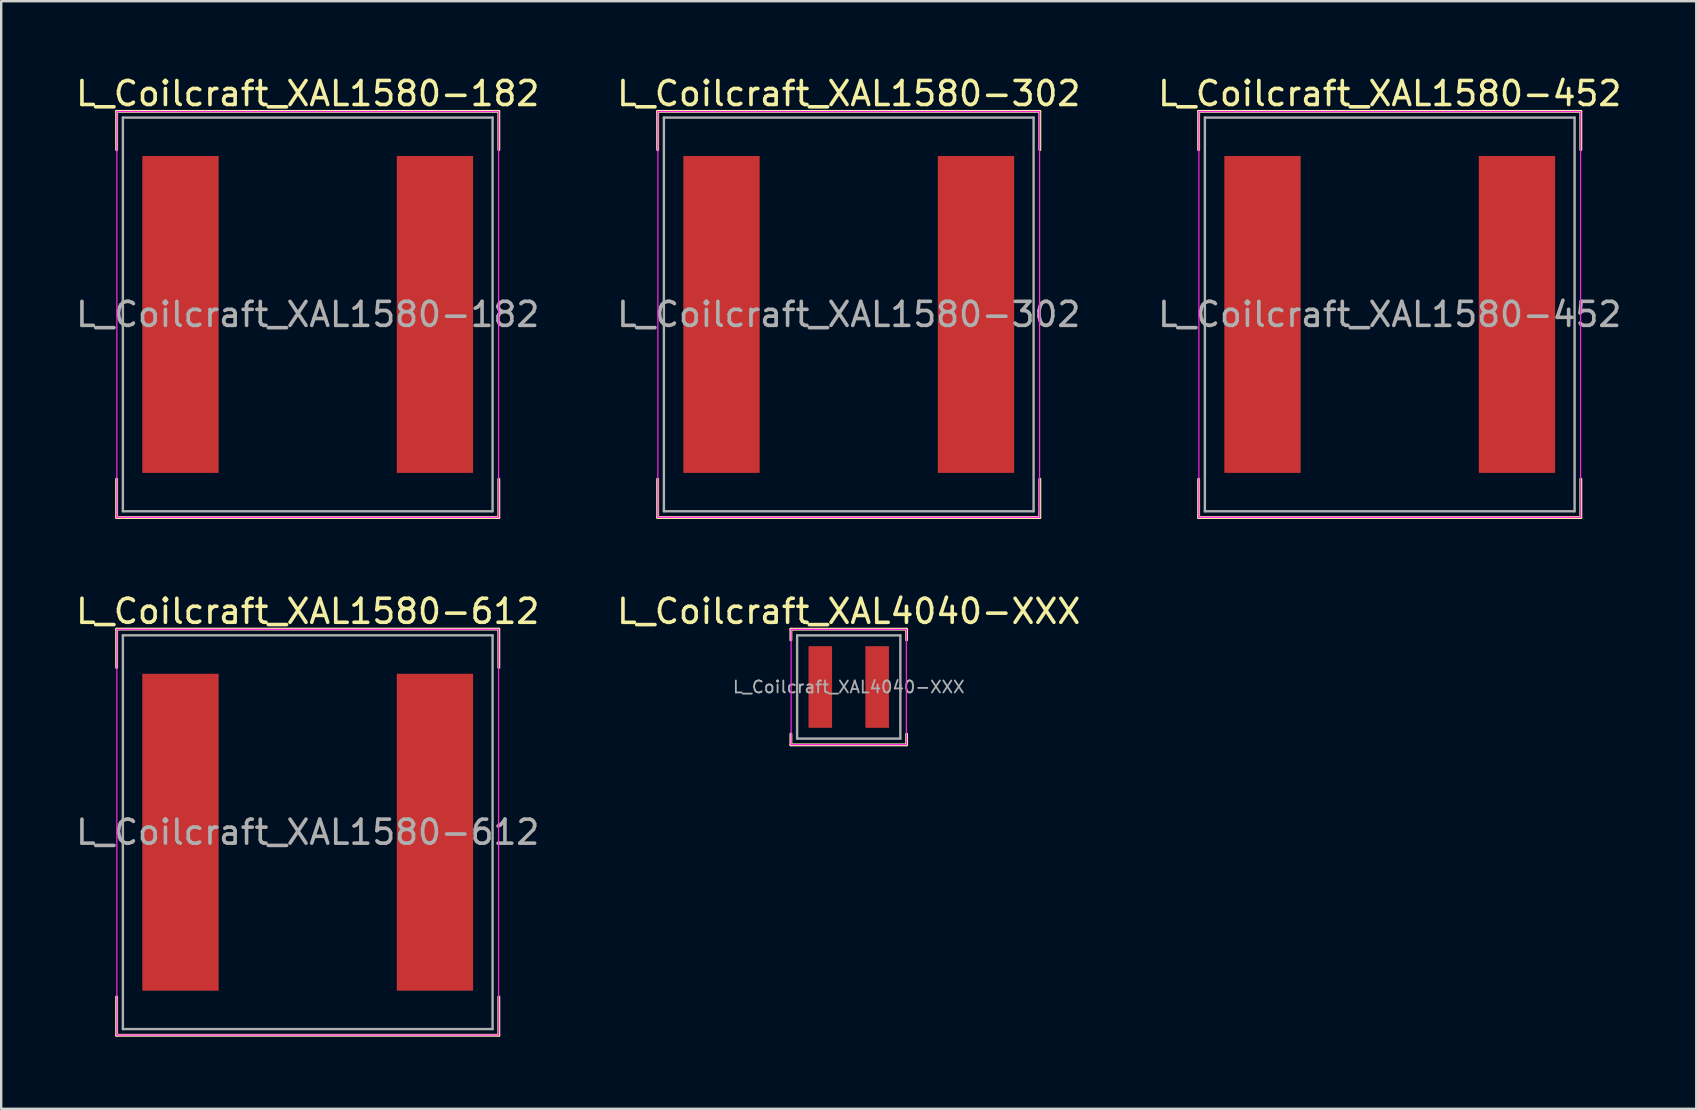
<source format=kicad_pcb>
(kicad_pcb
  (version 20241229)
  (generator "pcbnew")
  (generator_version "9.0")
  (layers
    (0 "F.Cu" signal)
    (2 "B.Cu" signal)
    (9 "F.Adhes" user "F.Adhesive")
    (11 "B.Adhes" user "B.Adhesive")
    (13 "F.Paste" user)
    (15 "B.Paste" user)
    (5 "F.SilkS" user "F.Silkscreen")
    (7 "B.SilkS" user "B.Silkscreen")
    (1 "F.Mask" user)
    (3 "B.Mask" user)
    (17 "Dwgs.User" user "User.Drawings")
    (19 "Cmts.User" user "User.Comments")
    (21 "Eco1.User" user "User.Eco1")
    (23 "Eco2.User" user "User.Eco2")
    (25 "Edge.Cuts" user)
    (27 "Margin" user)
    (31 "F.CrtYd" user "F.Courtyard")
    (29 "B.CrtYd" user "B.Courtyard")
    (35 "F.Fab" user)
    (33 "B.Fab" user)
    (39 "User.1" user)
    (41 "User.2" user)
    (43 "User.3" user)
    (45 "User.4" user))
  (footprint "L_Coilcraft_XAL1580-612"
    (layer "F.Cu")
    (at 9.768 31.616)
    (property "Reference" "L_Coilcraft_XAL1580-612" (at 0 -9.2 0) (layer "F.SilkS") (effects (font (size 1 1) (thickness 0.15))))
    (attr smd)
    (fp_line (start -7.96 -8.46) (end -7.96 -6.86) (stroke (width 0.12) (type solid)) (layer "F.SilkS"))
    (fp_line (start -7.96 -8.46) (end 7.96 -8.46) (stroke (width 0.12) (type solid)) (layer "F.SilkS"))
    (fp_line (start -7.96 8.46) (end -7.96 6.86) (stroke (width 0.12) (type solid)) (layer "F.SilkS"))
    (fp_line (start -7.96 8.46) (end 7.96 8.46) (stroke (width 0.12) (type solid)) (layer "F.SilkS"))
    (fp_line (start 7.96 -8.46) (end 7.96 -6.86) (stroke (width 0.12) (type solid)) (layer "F.SilkS"))
    (fp_line (start 7.96 8.46) (end 7.96 6.86) (stroke (width 0.12) (type solid)) (layer "F.SilkS"))
    (fp_line (start -7.95 -8.45) (end -7.95 8.45) (stroke (width 0.05) (type solid)) (layer "F.CrtYd"))
    (fp_line (start -7.95 8.45) (end 7.95 8.45) (stroke (width 0.05) (type solid)) (layer "F.CrtYd"))
    (fp_line (start 7.95 -8.45) (end -7.95 -8.45) (stroke (width 0.05) (type solid)) (layer "F.CrtYd"))
    (fp_line (start 7.95 8.45) (end 7.95 -8.45) (stroke (width 0.05) (type solid)) (layer "F.CrtYd"))
    (fp_line (start -7.7 -8.2) (end -7.7 8.2) (stroke (width 0.1) (type solid)) (layer "F.Fab"))
    (fp_line (start -7.7 8.2) (end 7.7 8.2) (stroke (width 0.1) (type solid)) (layer "F.Fab"))
    (fp_line (start 7.7 -8.2) (end -7.7 -8.2) (stroke (width 0.1) (type solid)) (layer "F.Fab"))
    (fp_line (start 7.7 8.2) (end 7.7 -8.2) (stroke (width 0.1) (type solid)) (layer "F.Fab"))
    (fp_text user "${REFERENCE}" (at 0 0 0) (layer "F.Fab") (effects (font (size 1 1) (thickness 0.15))))
    (pad "1" smd rect (at -5.3 0) (size 3.18 13.2) (layers "F.Cu" "F.Mask" "F.Paste"))
    (pad "2" smd rect (at 5.3 0) (size 3.18 13.2) (layers "F.Cu" "F.Mask" "F.Paste")))
  (footprint "L_Coilcraft_XAL1580-452"
    (layer "F.Cu")
    (at 54.839 10.048)
    (property "Reference" "L_Coilcraft_XAL1580-452" (at 0 -9.2 0) (layer "F.SilkS") (effects (font (size 1 1) (thickness 0.15))))
    (attr smd)
    (fp_line (start -7.96 -8.46) (end -7.96 -6.86) (stroke (width 0.12) (type solid)) (layer "F.SilkS"))
    (fp_line (start -7.96 -8.46) (end 7.96 -8.46) (stroke (width 0.12) (type solid)) (layer "F.SilkS"))
    (fp_line (start -7.96 8.46) (end -7.96 6.86) (stroke (width 0.12) (type solid)) (layer "F.SilkS"))
    (fp_line (start -7.96 8.46) (end 7.96 8.46) (stroke (width 0.12) (type solid)) (layer "F.SilkS"))
    (fp_line (start 7.96 -8.46) (end 7.96 -6.86) (stroke (width 0.12) (type solid)) (layer "F.SilkS"))
    (fp_line (start 7.96 8.46) (end 7.96 6.86) (stroke (width 0.12) (type solid)) (layer "F.SilkS"))
    (fp_line (start -7.95 -8.45) (end -7.95 8.45) (stroke (width 0.05) (type solid)) (layer "F.CrtYd"))
    (fp_line (start -7.95 8.45) (end 7.95 8.45) (stroke (width 0.05) (type solid)) (layer "F.CrtYd"))
    (fp_line (start 7.95 -8.45) (end -7.95 -8.45) (stroke (width 0.05) (type solid)) (layer "F.CrtYd"))
    (fp_line (start 7.95 8.45) (end 7.95 -8.45) (stroke (width 0.05) (type solid)) (layer "F.CrtYd"))
    (fp_line (start -7.7 -8.2) (end -7.7 8.2) (stroke (width 0.1) (type solid)) (layer "F.Fab"))
    (fp_line (start -7.7 8.2) (end 7.7 8.2) (stroke (width 0.1) (type solid)) (layer "F.Fab"))
    (fp_line (start 7.7 -8.2) (end -7.7 -8.2) (stroke (width 0.1) (type solid)) (layer "F.Fab"))
    (fp_line (start 7.7 8.2) (end 7.7 -8.2) (stroke (width 0.1) (type solid)) (layer "F.Fab"))
    (fp_text user "${REFERENCE}" (at 0 0 0) (layer "F.Fab") (effects (font (size 1 1) (thickness 0.15))))
    (pad "1" smd rect (at -5.3 0) (size 3.18 13.2) (layers "F.Cu" "F.Mask" "F.Paste"))
    (pad "2" smd rect (at 5.3 0) (size 3.18 13.2) (layers "F.Cu" "F.Mask" "F.Paste")))
  (footprint "L_Coilcraft_XAL1580-302"
    (layer "F.Cu")
    (at 32.304 10.048)
    (property "Reference" "L_Coilcraft_XAL1580-302" (at 0 -9.2 0) (layer "F.SilkS") (effects (font (size 1 1) (thickness 0.15))))
    (attr smd)
    (fp_line (start -7.96 -8.46) (end -7.96 -6.86) (stroke (width 0.12) (type solid)) (layer "F.SilkS"))
    (fp_line (start -7.96 -8.46) (end 7.96 -8.46) (stroke (width 0.12) (type solid)) (layer "F.SilkS"))
    (fp_line (start -7.96 8.46) (end -7.96 6.86) (stroke (width 0.12) (type solid)) (layer "F.SilkS"))
    (fp_line (start -7.96 8.46) (end 7.96 8.46) (stroke (width 0.12) (type solid)) (layer "F.SilkS"))
    (fp_line (start 7.96 -8.46) (end 7.96 -6.86) (stroke (width 0.12) (type solid)) (layer "F.SilkS"))
    (fp_line (start 7.96 8.46) (end 7.96 6.86) (stroke (width 0.12) (type solid)) (layer "F.SilkS"))
    (fp_line (start -7.95 -8.45) (end -7.95 8.45) (stroke (width 0.05) (type solid)) (layer "F.CrtYd"))
    (fp_line (start -7.95 8.45) (end 7.95 8.45) (stroke (width 0.05) (type solid)) (layer "F.CrtYd"))
    (fp_line (start 7.95 -8.45) (end -7.95 -8.45) (stroke (width 0.05) (type solid)) (layer "F.CrtYd"))
    (fp_line (start 7.95 8.45) (end 7.95 -8.45) (stroke (width 0.05) (type solid)) (layer "F.CrtYd"))
    (fp_line (start -7.7 -8.2) (end -7.7 8.2) (stroke (width 0.1) (type solid)) (layer "F.Fab"))
    (fp_line (start -7.7 8.2) (end 7.7 8.2) (stroke (width 0.1) (type solid)) (layer "F.Fab"))
    (fp_line (start 7.7 -8.2) (end -7.7 -8.2) (stroke (width 0.1) (type solid)) (layer "F.Fab"))
    (fp_line (start 7.7 8.2) (end 7.7 -8.2) (stroke (width 0.1) (type solid)) (layer "F.Fab"))
    (fp_text user "${REFERENCE}" (at 0 0 0) (layer "F.Fab") (effects (font (size 1 1) (thickness 0.15))))
    (pad "1" smd rect (at -5.3 0) (size 3.18 13.2) (layers "F.Cu" "F.Mask" "F.Paste"))
    (pad "2" smd rect (at 5.3 0) (size 3.18 13.2) (layers "F.Cu" "F.Mask" "F.Paste")))
  (footprint "L_Coilcraft_XAL4040-XXX"
    (layer "F.Cu")
    (at 32.304 25.567)
    (property "Reference" "L_Coilcraft_XAL4040-XXX" (at 0 -3.15 0) (layer "F.SilkS") (effects (font (size 1 1) (thickness 0.15))))
    (attr smd)
    (fp_line (start -2.41 -2.41) (end -2.41 -1.96) (stroke (width 0.12) (type solid)) (layer "F.SilkS"))
    (fp_line (start -2.41 -2.41) (end 2.41 -2.41) (stroke (width 0.12) (type solid)) (layer "F.SilkS"))
    (fp_line (start -2.41 2.41) (end -2.41 1.96) (stroke (width 0.12) (type solid)) (layer "F.SilkS"))
    (fp_line (start -2.41 2.41) (end 2.41 2.41) (stroke (width 0.12) (type solid)) (layer "F.SilkS"))
    (fp_line (start 2.41 -2.41) (end 2.41 -1.96) (stroke (width 0.12) (type solid)) (layer "F.SilkS"))
    (fp_line (start 2.41 2.41) (end 2.41 1.96) (stroke (width 0.12) (type solid)) (layer "F.SilkS"))
    (fp_line (start -2.4 -2.4) (end -2.4 2.4) (stroke (width 0.05) (type solid)) (layer "F.CrtYd"))
    (fp_line (start -2.4 2.4) (end 2.4 2.4) (stroke (width 0.05) (type solid)) (layer "F.CrtYd"))
    (fp_line (start 2.4 -2.4) (end -2.4 -2.4) (stroke (width 0.05) (type solid)) (layer "F.CrtYd"))
    (fp_line (start 2.4 2.4) (end 2.4 -2.4) (stroke (width 0.05) (type solid)) (layer "F.CrtYd"))
    (fp_line (start -2.15 -2.15) (end -2.15 2.15) (stroke (width 0.1) (type solid)) (layer "F.Fab"))
    (fp_line (start -2.15 2.15) (end 2.15 2.15) (stroke (width 0.1) (type solid)) (layer "F.Fab"))
    (fp_line (start 2.15 -2.15) (end -2.15 -2.15) (stroke (width 0.1) (type solid)) (layer "F.Fab"))
    (fp_line (start 2.15 2.15) (end 2.15 -2.15) (stroke (width 0.1) (type solid)) (layer "F.Fab"))
    (fp_text user "${REFERENCE}" (at 0 0 0) (layer "F.Fab") (effects (font (size 0.5 0.5) (thickness 0.075))))
    (pad "1" smd rect (at -1.185 0) (size 0.98 3.4) (layers "F.Cu" "F.Mask" "F.Paste"))
    (pad "2" smd rect (at 1.185 0) (size 0.98 3.4) (layers "F.Cu" "F.Mask" "F.Paste")))
  (footprint "L_Coilcraft_XAL1580-182"
    (layer "F.Cu")
    (at 9.768 10.048)
    (property "Reference" "L_Coilcraft_XAL1580-182" (at 0 -9.2 0) (layer "F.SilkS") (effects (font (size 1 1) (thickness 0.15))))
    (attr smd)
    (fp_line (start -7.96 -8.46) (end -7.96 -6.86) (stroke (width 0.12) (type solid)) (layer "F.SilkS"))
    (fp_line (start -7.96 -8.46) (end 7.96 -8.46) (stroke (width 0.12) (type solid)) (layer "F.SilkS"))
    (fp_line (start -7.96 8.46) (end -7.96 6.86) (stroke (width 0.12) (type solid)) (layer "F.SilkS"))
    (fp_line (start -7.96 8.46) (end 7.96 8.46) (stroke (width 0.12) (type solid)) (layer "F.SilkS"))
    (fp_line (start 7.96 -8.46) (end 7.96 -6.86) (stroke (width 0.12) (type solid)) (layer "F.SilkS"))
    (fp_line (start 7.96 8.46) (end 7.96 6.86) (stroke (width 0.12) (type solid)) (layer "F.SilkS"))
    (fp_line (start -7.95 -8.45) (end -7.95 8.45) (stroke (width 0.05) (type solid)) (layer "F.CrtYd"))
    (fp_line (start -7.95 8.45) (end 7.95 8.45) (stroke (width 0.05) (type solid)) (layer "F.CrtYd"))
    (fp_line (start 7.95 -8.45) (end -7.95 -8.45) (stroke (width 0.05) (type solid)) (layer "F.CrtYd"))
    (fp_line (start 7.95 8.45) (end 7.95 -8.45) (stroke (width 0.05) (type solid)) (layer "F.CrtYd"))
    (fp_line (start -7.7 -8.2) (end -7.7 8.2) (stroke (width 0.1) (type solid)) (layer "F.Fab"))
    (fp_line (start -7.7 8.2) (end 7.7 8.2) (stroke (width 0.1) (type solid)) (layer "F.Fab"))
    (fp_line (start 7.7 -8.2) (end -7.7 -8.2) (stroke (width 0.1) (type solid)) (layer "F.Fab"))
    (fp_line (start 7.7 8.2) (end 7.7 -8.2) (stroke (width 0.1) (type solid)) (layer "F.Fab"))
    (fp_text user "${REFERENCE}" (at 0 0 0) (layer "F.Fab") (effects (font (size 1 1) (thickness 0.15))))
    (pad "1" smd rect (at -5.3 0) (size 3.18 13.2) (layers "F.Cu" "F.Mask" "F.Paste"))
    (pad "2" smd rect (at 5.3 0) (size 3.18 13.2) (layers "F.Cu" "F.Mask" "F.Paste")))
  (gr_rect
    (start -3 -3)
    (end 67.607 43.136)
    (stroke (width 0.1) (type default))
    (fill no)
    (layer "Edge.Cuts")))
</source>
